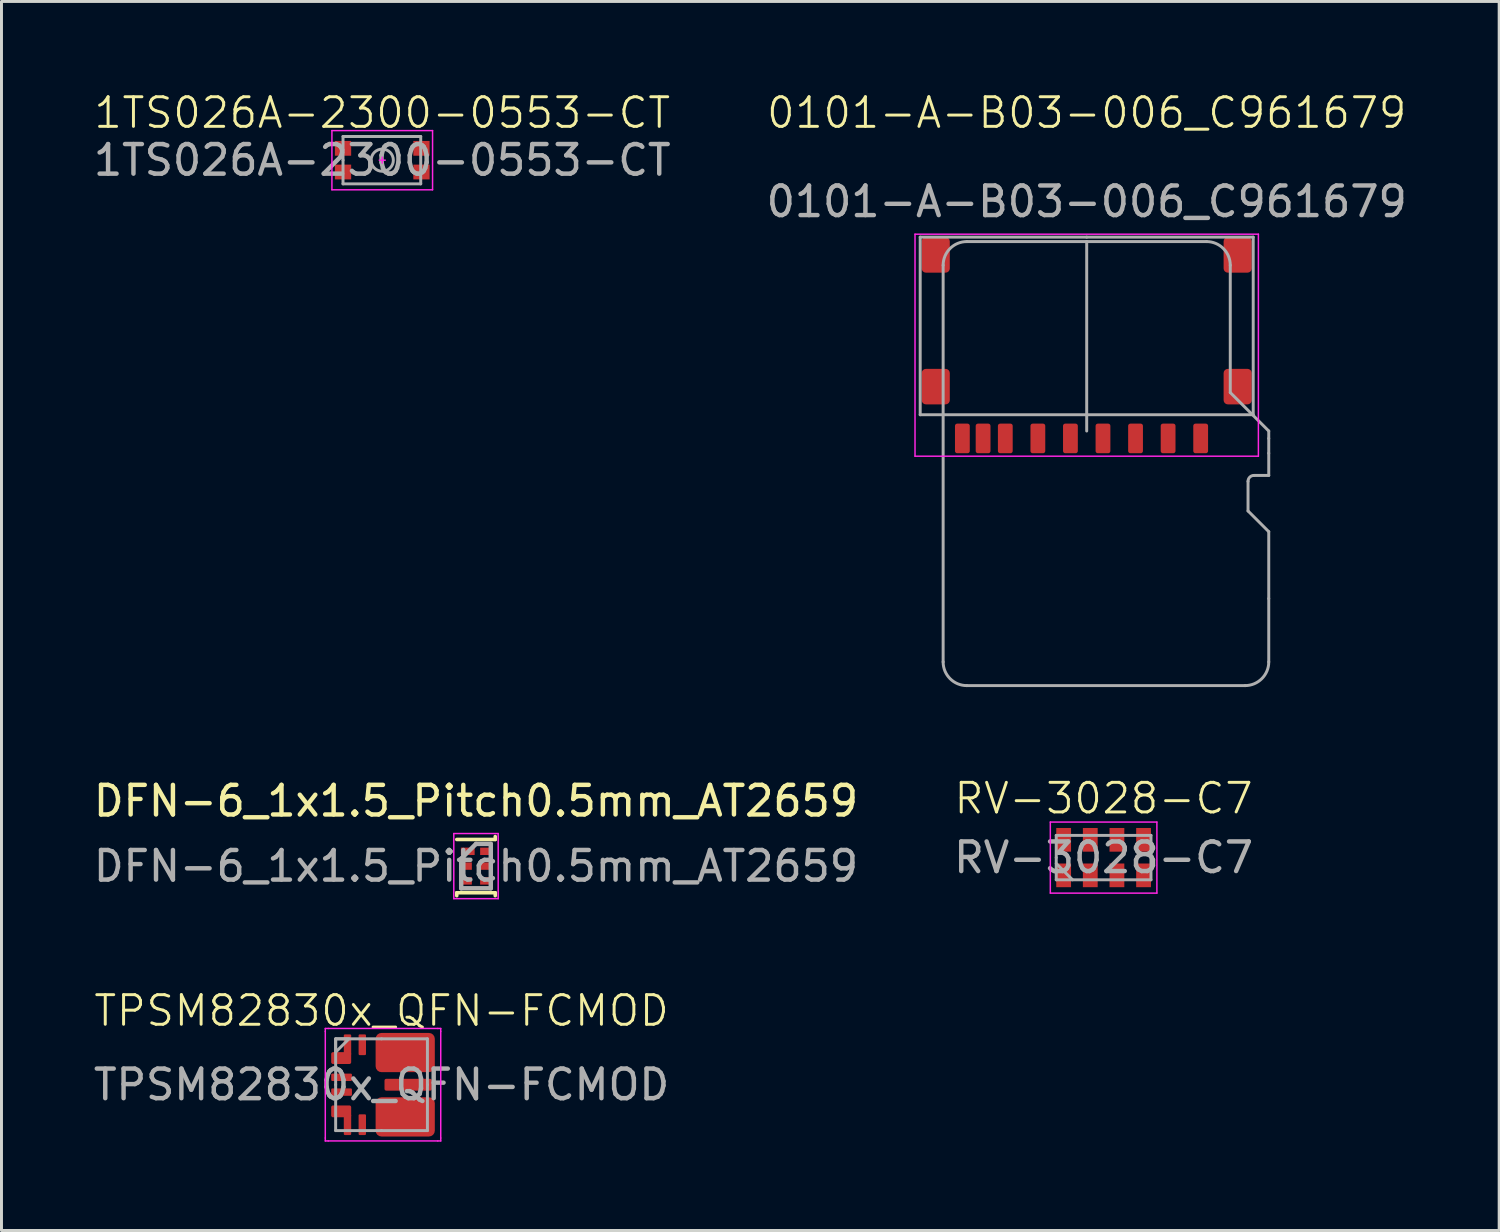
<source format=kicad_pcb>
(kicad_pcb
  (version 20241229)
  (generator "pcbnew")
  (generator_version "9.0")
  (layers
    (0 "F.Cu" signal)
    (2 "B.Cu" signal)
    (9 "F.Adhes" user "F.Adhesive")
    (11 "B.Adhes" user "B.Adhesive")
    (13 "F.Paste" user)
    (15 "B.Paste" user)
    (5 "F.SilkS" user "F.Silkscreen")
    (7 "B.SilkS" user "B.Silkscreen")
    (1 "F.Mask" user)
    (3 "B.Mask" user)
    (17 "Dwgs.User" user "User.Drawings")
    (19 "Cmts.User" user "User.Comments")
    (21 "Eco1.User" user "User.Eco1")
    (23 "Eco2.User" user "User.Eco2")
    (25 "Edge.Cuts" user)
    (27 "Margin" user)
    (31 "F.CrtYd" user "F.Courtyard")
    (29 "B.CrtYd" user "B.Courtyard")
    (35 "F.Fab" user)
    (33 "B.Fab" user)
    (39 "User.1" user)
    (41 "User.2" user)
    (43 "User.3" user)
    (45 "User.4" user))
  (footprint "1TS026A-2300-0553-CT"
    (layer "F.Cu")
    (at 9.863 2.361)
    (property "Reference" "1TS026A-2300-0553-CT" (at 0 -1.6 0) (unlocked yes) (layer "F.SilkS") (effects (font (size 1 1) (thickness 0.1))))
    (attr smd)
    (fp_line (start -1.7 -1) (end 1.7 -1) (stroke (width 0.05) (type default)) (layer "F.CrtYd"))
    (fp_line (start -1.7 -0.6) (end -1.7 -1) (stroke (width 0.05) (type default)) (layer "F.CrtYd"))
    (fp_line (start -1.7 1) (end -1.7 -0.6) (stroke (width 0.05) (type default)) (layer "F.CrtYd"))
    (fp_line (start -0.1 0) (end 0.1 0) (stroke (width 0.05) (type default)) (layer "F.CrtYd"))
    (fp_line (start 0 -0.1) (end 0 0.1) (stroke (width 0.05) (type default)) (layer "F.CrtYd"))
    (fp_line (start 1.7 -1) (end 1.7 1) (stroke (width 0.05) (type default)) (layer "F.CrtYd"))
    (fp_line (start 1.7 1) (end -1.7 1) (stroke (width 0.05) (type default)) (layer "F.CrtYd"))
    (fp_line (start -1.325 -0.8) (end 1.3 -0.8) (stroke (width 0.1) (type default)) (layer "F.Fab"))
    (fp_line (start -1.325 0) (end -1.325 -0.8) (stroke (width 0.1) (type default)) (layer "F.Fab"))
    (fp_line (start -1.325 0.8) (end -1.325 0) (stroke (width 0.1) (type default)) (layer "F.Fab"))
    (fp_line (start 1.3 -0.8) (end 1.3 0.8) (stroke (width 0.1) (type default)) (layer "F.Fab"))
    (fp_line (start 1.3 0.8) (end -1.325 0.8) (stroke (width 0.1) (type default)) (layer "F.Fab"))
    (fp_circle (center 0 0) (end 0.375 0) (stroke (width 0.1) (type solid)) (fill no) (layer "F.Fab"))
    (fp_text user "${REFERENCE}" (at 0 0 0) (unlocked yes) (layer "F.Fab") (effects (font (size 1 1) (thickness 0.15))))
    (pad "1" smd rect (at -1.325 -0.4) (size 0.55 0.5) (layers "F.Cu" "F.Mask" "F.Paste"))
    (pad "2" smd rect (at -1.325 0.4) (size 0.55 0.5) (layers "F.Cu" "F.Mask" "F.Paste"))
    (pad "3" smd rect (at 1.325 -0.4) (size 0.55 0.5) (layers "F.Cu" "F.Mask" "F.Paste"))
    (pad "4" smd rect (at 1.325 0.4) (size 0.55 0.5) (layers "F.Cu" "F.Mask" "F.Paste")))
  (footprint "0101-A-B03-006_C961679"
    (layer "F.Cu")
    (at 33.661 11.761)
    (property "Reference" "0101-A-B03-006_C961679" (at 0 -11 0) (unlocked yes) (layer "F.SilkS") (effects (font (size 1 1) (thickness 0.1))))
    (attr smd)
    (fp_line (start -5.8 -6.9) (end 5.8 -6.9) (stroke (width 0.05) (type default)) (layer "F.CrtYd"))
    (fp_line (start -5.8 0.6) (end -5.8 -6.9) (stroke (width 0.05) (type default)) (layer "F.CrtYd"))
    (fp_line (start 5.8 -6.9) (end 5.8 0.6) (stroke (width 0.05) (type default)) (layer "F.CrtYd"))
    (fp_line (start 5.8 0.6) (end -5.8 0.6) (stroke (width 0.05) (type default)) (layer "F.CrtYd"))
    (fp_line (start -5.625 -6.8) (end 0 -6.8) (stroke (width 0.1) (type solid)) (layer "F.Fab"))
    (fp_line (start -5.625 -0.8) (end -5.625 -6.8) (stroke (width 0.1) (type solid)) (layer "F.Fab"))
    (fp_line (start -5.625 -0.8) (end 5.625 -0.8) (stroke (width 0.1) (type default)) (layer "F.Fab"))
    (fp_line (start -4.85 7.55) (end -4.85 -5.85) (stroke (width 0.1) (type solid)) (layer "F.Fab"))
    (fp_line (start -4.05 -6.65) (end 0 -6.65) (stroke (width 0.1) (type solid)) (layer "F.Fab"))
    (fp_line (start -4.05 8.35) (end 5.35 8.35) (stroke (width 0.1) (type solid)) (layer "F.Fab"))
    (fp_line (start 0 -6.65) (end 0 -0.25) (stroke (width 0.1) (type solid)) (layer "F.Fab"))
    (fp_line (start 4.05 -6.65) (end 0 -6.65) (stroke (width 0.1) (type solid)) (layer "F.Fab"))
    (fp_line (start 4.85 -1.55) (end 4.85 -5.85) (stroke (width 0.1) (type solid)) (layer "F.Fab"))
    (fp_line (start 5.45 2.45) (end 5.45 1.45) (stroke (width 0.1) (type default)) (layer "F.Fab"))
    (fp_line (start 5.625 -6.8) (end 0 -6.8) (stroke (width 0.1) (type solid)) (layer "F.Fab"))
    (fp_line (start 5.625 -0.8) (end 5.625 -6.8) (stroke (width 0.1) (type solid)) (layer "F.Fab"))
    (fp_line (start 5.65 1.25) (end 6.15 1.25) (stroke (width 0.1) (type default)) (layer "F.Fab"))
    (fp_line (start 6.15 -0.25) (end 4.85 -1.55) (stroke (width 0.1) (type default)) (layer "F.Fab"))
    (fp_line (start 6.15 -0.25) (end 6.15 0) (stroke (width 0.1) (type default)) (layer "F.Fab"))
    (fp_line (start 6.15 0.5) (end 6.15 0) (stroke (width 0.1) (type default)) (layer "F.Fab"))
    (fp_line (start 6.15 1.25) (end 6.15 0.5) (stroke (width 0.1) (type default)) (layer "F.Fab"))
    (fp_line (start 6.15 3.15) (end 5.45 2.45) (stroke (width 0.1) (type default)) (layer "F.Fab"))
    (fp_line (start 6.15 5.41) (end 6.15 3.15) (stroke (width 0.1) (type default)) (layer "F.Fab"))
    (fp_line (start 6.15 7.55) (end 6.15 5.41) (stroke (width 0.1) (type solid)) (layer "F.Fab"))
    (fp_arc (start -4.85 -5.85) (mid -4.615685 -6.415685) (end -4.05 -6.65) (stroke (width 0.1) (type default)) (layer "F.Fab"))
    (fp_arc (start -4.05 8.35) (mid -4.615685 8.115685) (end -4.85 7.55) (stroke (width 0.1) (type default)) (layer "F.Fab"))
    (fp_arc (start 4.05 -6.65) (mid 4.615685 -6.415685) (end 4.85 -5.85) (stroke (width 0.1) (type default)) (layer "F.Fab"))
    (fp_arc (start 5.45 1.45) (mid 5.508579 1.308579) (end 5.65 1.25) (stroke (width 0.1) (type default)) (layer "F.Fab"))
    (fp_arc (start 6.15 7.55) (mid 5.915685 8.115685) (end 5.35 8.35) (stroke (width 0.1) (type default)) (layer "F.Fab"))
    (fp_text user "${REFERENCE}" (at 0 -8 0) (unlocked yes) (layer "F.Fab") (effects (font (size 1 1) (thickness 0.15))))
    (pad "1" smd roundrect (at 3.85 0) (size 0.5 1) (layers "F.Cu" "F.Mask" "F.Paste") (roundrect_rratio 0.15))
    (pad "2" smd roundrect (at 2.75 0) (size 0.5 1) (layers "F.Cu" "F.Mask" "F.Paste") (roundrect_rratio 0.15))
    (pad "3" smd roundrect (at 1.65 0) (size 0.5 1) (layers "F.Cu" "F.Mask" "F.Paste") (roundrect_rratio 0.15))
    (pad "4" smd roundrect (at 0.55 0) (size 0.5 1) (layers "F.Cu" "F.Mask" "F.Paste") (roundrect_rratio 0.15))
    (pad "5" smd roundrect (at -0.55 0) (size 0.5 1) (layers "F.Cu" "F.Mask" "F.Paste") (roundrect_rratio 0.15))
    (pad "6" smd roundrect (at -1.65 0) (size 0.5 1) (layers "F.Cu" "F.Mask" "F.Paste") (roundrect_rratio 0.15))
    (pad "7" smd roundrect (at -2.75 0) (size 0.5 1) (layers "F.Cu" "F.Mask" "F.Paste") (roundrect_rratio 0.15))
    (pad "8" smd roundrect (at -3.5 0) (size 0.5 1) (layers "F.Cu" "F.Mask" "F.Paste") (roundrect_rratio 0.15))
    (pad "9" smd roundrect (at -4.2 0) (size 0.5 1) (layers "F.Cu" "F.Mask" "F.Paste") (roundrect_rratio 0.15))
    (pad "10" smd roundrect (at -5.1 -6.2) (size 0.95 1.2) (layers "F.Cu" "F.Mask" "F.Paste") (roundrect_rratio 0.15))
    (pad "10" smd roundrect (at -5.1 -1.75) (size 0.95 1.2) (layers "F.Cu" "F.Mask" "F.Paste") (roundrect_rratio 0.15))
    (pad "10" smd roundrect (at 5.1 -6.2) (size 0.95 1.2) (layers "F.Cu" "F.Mask" "F.Paste") (roundrect_rratio 0.15))
    (pad "10" smd roundrect (at 5.1 -1.75) (size 0.95 1.2) (layers "F.Cu" "F.Mask" "F.Paste") (roundrect_rratio 0.15)))
  (footprint "DFN-6_1x1.5_Pitch0.5mm_AT2659"
    (layer "F.Cu")
    (at 13.03 26.209)
    (property "Reference" "DFN-6_1x1.5_Pitch0.5mm_AT2659" (at 0 -2.2 0) (unlocked yes) (layer "F.SilkS") (effects (font (size 1 1) (thickness 0.15))))
    (attr smd)
    (fp_line (start -0.65 -0.9) (end 0.65 -0.9) (stroke (width 0.12) (type default)) (layer "F.SilkS"))
    (fp_line (start -0.65 0.9) (end 0.65 0.9) (stroke (width 0.12) (type default)) (layer "F.SilkS"))
    (fp_line (start -0.65 1) (end -0.65 0.9) (stroke (width 0.12) (type default)) (layer "F.SilkS"))
    (fp_line (start 0.65 -0.9) (end 0.65 -1) (stroke (width 0.12) (type default)) (layer "F.SilkS"))
    (fp_line (start 0.65 0.9) (end 0.65 1) (stroke (width 0.12) (type default)) (layer "F.SilkS"))
    (fp_line (start -0.75 -1.1) (end 0.75 -1.1) (stroke (width 0.05) (type default)) (layer "F.CrtYd"))
    (fp_line (start -0.75 1.1) (end -0.75 -1.1) (stroke (width 0.05) (type default)) (layer "F.CrtYd"))
    (fp_line (start 0.75 -1.1) (end 0.75 1.1) (stroke (width 0.05) (type default)) (layer "F.CrtYd"))
    (fp_line (start 0.75 1.1) (end -0.75 1.1) (stroke (width 0.05) (type default)) (layer "F.CrtYd"))
    (fp_line (start -0.5 -0.25) (end -0.5 0.75) (stroke (width 0.15) (type default)) (layer "F.Fab"))
    (fp_line (start -0.5 0.75) (end 0.5 0.75) (stroke (width 0.15) (type default)) (layer "F.Fab"))
    (fp_line (start 0 -0.75) (end -0.5 -0.25) (stroke (width 0.15) (type default)) (layer "F.Fab"))
    (fp_line (start 0.5 -0.75) (end 0 -0.75) (stroke (width 0.15) (type default)) (layer "F.Fab"))
    (fp_line (start 0.5 0.75) (end 0.5 -0.75) (stroke (width 0.15) (type default)) (layer "F.Fab"))
    (fp_text user "${REFERENCE}" (at 0 0 0) (layer "F.Fab") (effects (font (size 1 1) (thickness 0.15))))
    (pad "1" smd rect (at -0.278 -0.5 90) (size 0.25 0.465) (layers "F.Cu" "F.Mask" "F.Paste"))
    (pad "2" smd rect (at -0.325 0 90) (size 0.25 0.37) (layers "F.Cu" "F.Mask" "F.Paste"))
    (pad "3" smd rect (at -0.325 0.5 90) (size 0.25 0.37) (layers "F.Cu" "F.Mask" "F.Paste"))
    (pad "4" smd rect (at 0.325 0.5 90) (size 0.25 0.37) (layers "F.Cu" "F.Mask" "F.Paste"))
    (pad "5" smd rect (at 0.325 0 90) (size 0.25 0.37) (layers "F.Cu" "F.Mask" "F.Paste"))
    (pad "6" smd rect (at 0.325 -0.5 90) (size 0.25 0.37) (layers "F.Cu" "F.Mask" "F.Paste")))
  (footprint "RV-3028-C7"
    (layer "F.Cu")
    (at 34.232 25.921)
    (property "Reference" "RV-3028-C7" (at 0 -2 0) (unlocked yes) (layer "F.SilkS") (effects (font (size 1 1) (thickness 0.1))))
    (attr smd)
    (fp_line (start -1.8 -1.2) (end 1.8 -1.2) (stroke (width 0.05) (type default)) (layer "F.CrtYd"))
    (fp_line (start -1.8 1.2) (end -1.8 -1.2) (stroke (width 0.05) (type default)) (layer "F.CrtYd"))
    (fp_line (start 1.8 -1.2) (end 1.8 1.2) (stroke (width 0.05) (type default)) (layer "F.CrtYd"))
    (fp_line (start 1.8 1.2) (end -1.8 1.2) (stroke (width 0.05) (type default)) (layer "F.CrtYd"))
    (fp_line (start -1.6 -0.75) (end 1.6 -0.75) (stroke (width 0.1) (type default)) (layer "F.Fab"))
    (fp_line (start -1.6 0) (end -1.6 -0.75) (stroke (width 0.1) (type default)) (layer "F.Fab"))
    (fp_line (start -1.6 0) (end -1.6 0.75) (stroke (width 0.1) (type default)) (layer "F.Fab"))
    (fp_line (start -1.6 0.2) (end -1.05 0.75) (stroke (width 0.1) (type default)) (layer "F.Fab"))
    (fp_line (start -1.6 0.75) (end 1.6 0.75) (stroke (width 0.1) (type default)) (layer "F.Fab"))
    (fp_line (start 1.6 0) (end 1.6 -0.75) (stroke (width 0.1) (type default)) (layer "F.Fab"))
    (fp_line (start 1.6 0) (end 1.6 0.75) (stroke (width 0.1) (type default)) (layer "F.Fab"))
    (fp_text user "${REFERENCE}" (at 0 0 0) (unlocked yes) (layer "F.Fab") (effects (font (size 1 1) (thickness 0.15))))
    (pad "1" smd rect (at -1.35 0.6) (size 0.5 0.8) (layers "F.Cu" "F.Mask" "F.Paste"))
    (pad "2" smd rect (at -0.45 0.6) (size 0.5 0.8) (layers "F.Cu" "F.Mask" "F.Paste"))
    (pad "3" smd rect (at 0.45 0.6) (size 0.5 0.8) (layers "F.Cu" "F.Mask" "F.Paste"))
    (pad "4" smd rect (at 1.35 0.6) (size 0.5 0.8) (layers "F.Cu" "F.Mask" "F.Paste"))
    (pad "5" smd rect (at 1.35 -0.6) (size 0.5 0.8) (layers "F.Cu" "F.Mask" "F.Paste"))
    (pad "6" smd rect (at 0.45 -0.6) (size 0.5 0.8) (layers "F.Cu" "F.Mask" "F.Paste"))
    (pad "7" smd rect (at -0.45 -0.6) (size 0.5 0.8) (layers "F.Cu" "F.Mask" "F.Paste"))
    (pad "8" smd rect (at -1.35 -0.6) (size 0.5 0.8) (layers "F.Cu" "F.Mask" "F.Paste")))
  (footprint "TPSM82830x_QFN-FCMOD"
    (layer "F.Cu")
    (at 9.839 33.594)
    (property "Reference" "TPSM82830x_QFN-FCMOD" (at 0 -2.5 0) (unlocked yes) (layer "F.SilkS") (effects (font (size 1 1) (thickness 0.1))))
    (attr smd)
    (fp_line (start -1.9 -1.8) (end -1.9 -1.9) (stroke (width 0.05) (type default)) (layer "F.CrtYd"))
    (fp_line (start -1.9 1.8) (end -1.9 -1.8) (stroke (width 0.05) (type default)) (layer "F.CrtYd"))
    (fp_line (start -1.9 1.9) (end -1.9 1.8) (stroke (width 0.05) (type default)) (layer "F.CrtYd"))
    (fp_line (start -1.8 -1.9) (end -1.9 -1.9) (stroke (width 0.05) (type default)) (layer "F.CrtYd"))
    (fp_line (start -1.8 -1.9) (end 1.9 -1.9) (stroke (width 0.05) (type default)) (layer "F.CrtYd"))
    (fp_line (start -1.8 1.9) (end -1.9 1.9) (stroke (width 0.05) (type default)) (layer "F.CrtYd"))
    (fp_line (start 1.9 -1.9) (end 2 -1.9) (stroke (width 0.05) (type default)) (layer "F.CrtYd"))
    (fp_line (start 1.9 1.9) (end -1.8 1.9) (stroke (width 0.05) (type default)) (layer "F.CrtYd"))
    (fp_line (start 1.9 1.9) (end 2 1.9) (stroke (width 0.05) (type default)) (layer "F.CrtYd"))
    (fp_line (start 2 -1.9) (end 2 -1.8) (stroke (width 0.05) (type default)) (layer "F.CrtYd"))
    (fp_line (start 2 -1.8) (end 2 1.8) (stroke (width 0.05) (type default)) (layer "F.CrtYd"))
    (fp_line (start 2 1.9) (end 2 1.8) (stroke (width 0.05) (type default)) (layer "F.CrtYd"))
    (fp_line (start -1.55 0) (end -1.55 -1.55) (stroke (width 0.1) (type solid)) (layer "F.Fab"))
    (fp_line (start -1.55 0) (end -1.55 1.55) (stroke (width 0.1) (type solid)) (layer "F.Fab"))
    (fp_line (start 0 -1.55) (end -1.55 -1.55) (stroke (width 0.1) (type solid)) (layer "F.Fab"))
    (fp_line (start 0 -1.55) (end 1.55 -1.55) (stroke (width 0.1) (type solid)) (layer "F.Fab"))
    (fp_line (start 0 1.55) (end -1.55 1.55) (stroke (width 0.1) (type solid)) (layer "F.Fab"))
    (fp_line (start 0 1.55) (end 1.55 1.55) (stroke (width 0.1) (type solid)) (layer "F.Fab"))
    (fp_line (start 1.55 0) (end 1.55 -1.55) (stroke (width 0.1) (type solid)) (layer "F.Fab"))
    (fp_line (start 1.55 0) (end 1.55 1.55) (stroke (width 0.1) (type solid)) (layer "F.Fab"))
    (fp_poly (pts (xy -1.55 -1.55) (xy -1.55 -1.1) (xy -1.2 -1.45) (xy -1.1 -1.55) (xy -1.2 -1.55)) (stroke (width 0.1) (type solid)) (fill no) (layer "F.Fab"))
    (fp_text user "${REFERENCE}" (at 0 0 0) (unlocked yes) (layer "F.Fab") (effects (font (size 1 1) (thickness 0.15))))
    (pad "1" smd roundrect (at -1.363 -0.9) (size 0.675 0.4) (layers "F.Cu" "F.Mask" "F.Paste") (roundrect_rratio 0.15))
    (pad "1" smd roundrect (at -1.15 -1.35 90) (size 0.7 0.25) (layers "F.Cu" "F.Mask" "F.Paste") (roundrect_rratio 0.15))
    (pad "2" smd roundrect (at -1.35 -0.25) (size 0.7 0.25) (layers "F.Cu" "F.Mask" "F.Paste") (roundrect_rratio 0.15))
    (pad "3" smd roundrect (at -1.35 0.25) (size 0.7 0.25) (layers "F.Cu" "F.Mask" "F.Paste") (roundrect_rratio 0.15))
    (pad "4" smd roundrect (at -1.363 0.9) (size 0.675 0.4) (layers "F.Cu" "F.Mask" "F.Paste") (roundrect_rratio 0.15))
    (pad "4" smd roundrect (at -1.15 1.35 90) (size 0.7 0.25) (layers "F.Cu" "F.Mask" "F.Paste") (roundrect_rratio 0.15))
    (pad "5" smd roundrect (at -0.65 1.35 90) (size 0.7 0.25) (layers "F.Cu" "F.Mask" "F.Paste") (roundrect_rratio 0.15))
    (pad "6" smd roundrect (at 0.8 1.087 180) (size 2 1.325) (layers "F.Cu" "F.Mask" "F.Paste") (roundrect_rratio 0.15))
    (pad "7" smd roundrect (at 0.9 0) (size 1.6 0.4) (layers "F.Cu" "F.Mask" "F.Paste") (roundrect_rratio 0.15))
    (pad "8" smd roundrect (at 0.8 -1.087 180) (size 2 1.325) (layers "F.Cu" "F.Mask" "F.Paste") (roundrect_rratio 0.15))
    (pad "9" smd roundrect (at -0.65 -1.35 90) (size 0.7 0.25) (layers "F.Cu" "F.Mask" "F.Paste") (roundrect_rratio 0.15)))
  (gr_rect
    (start -3 -3)
    (end 47.595 38.519)
    (stroke (width 0.1) (type default))
    (fill no)
    (layer "Edge.Cuts")))
</source>
